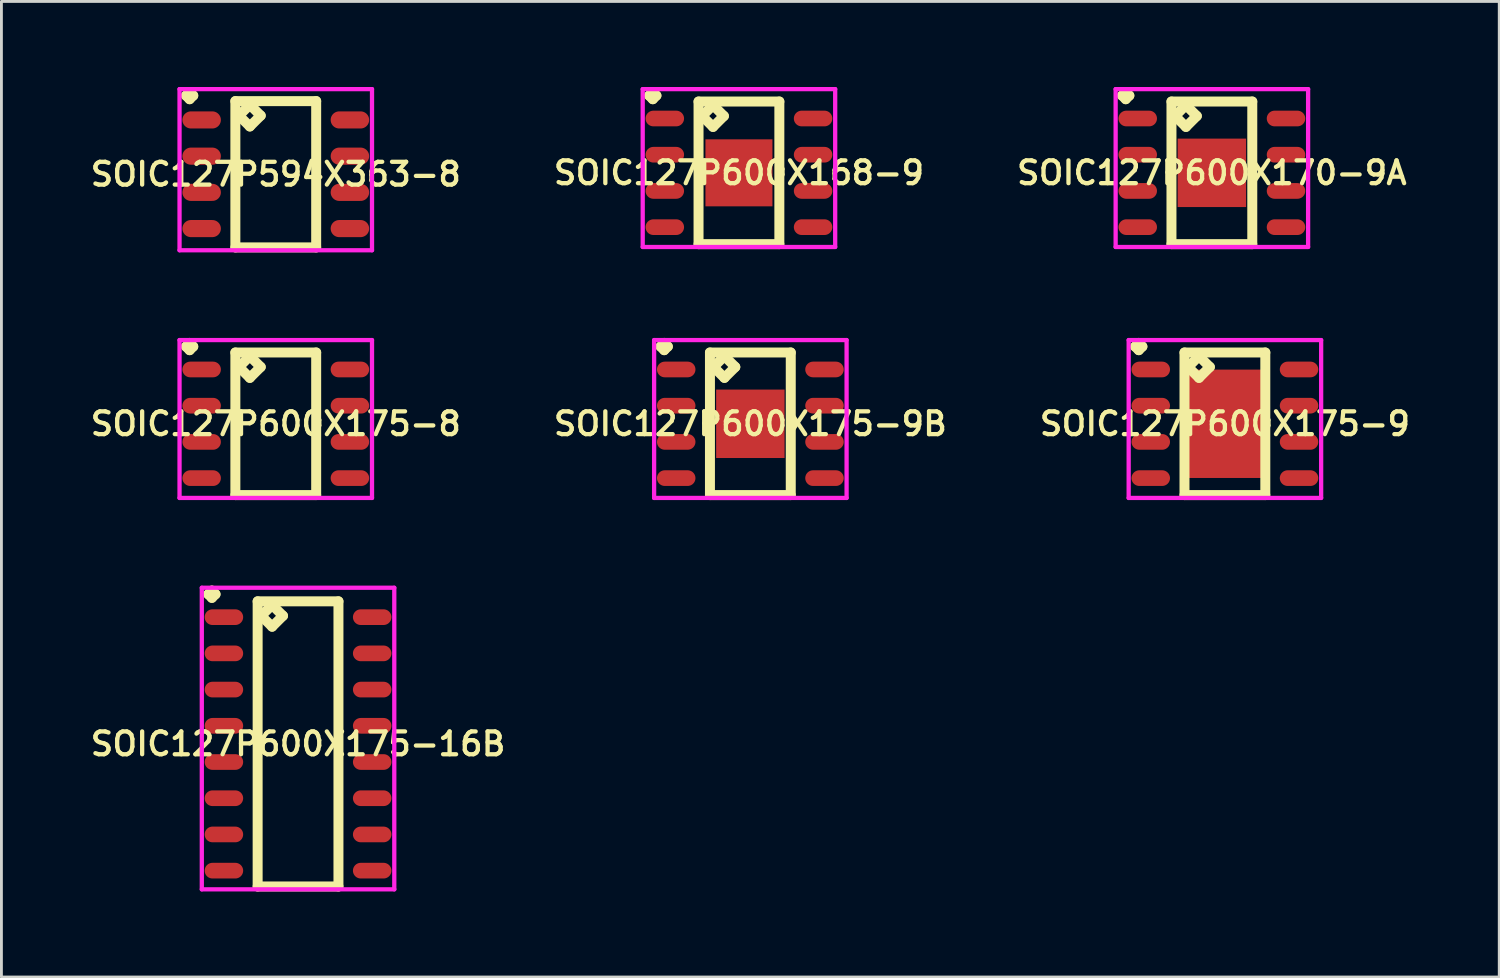
<source format=kicad_pcb>
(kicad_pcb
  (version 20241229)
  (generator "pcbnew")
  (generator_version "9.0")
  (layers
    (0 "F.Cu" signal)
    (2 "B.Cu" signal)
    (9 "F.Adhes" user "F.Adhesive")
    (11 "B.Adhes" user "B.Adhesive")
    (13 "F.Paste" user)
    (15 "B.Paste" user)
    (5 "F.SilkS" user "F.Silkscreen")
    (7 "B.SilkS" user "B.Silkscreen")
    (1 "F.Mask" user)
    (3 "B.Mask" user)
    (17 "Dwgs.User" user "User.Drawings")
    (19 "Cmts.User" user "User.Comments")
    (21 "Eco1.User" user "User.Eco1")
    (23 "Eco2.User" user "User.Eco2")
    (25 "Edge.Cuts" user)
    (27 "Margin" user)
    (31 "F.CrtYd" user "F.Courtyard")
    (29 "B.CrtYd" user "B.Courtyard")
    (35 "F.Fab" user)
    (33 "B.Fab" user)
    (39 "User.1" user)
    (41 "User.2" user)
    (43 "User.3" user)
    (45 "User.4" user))
  (footprint "SOIC127P600X175-8"
    (layer "F.Cu")
    (at 6.621 11.812)
    (property "Reference" "SOIC127P600X175-8" (at 0 0 0) (layer "F.SilkS") (effects (font (size 0.8 0.8) (thickness 0.15))))
    (attr smd)
    (fp_line (start -3.148 -2.709) (end -3.021 -2.836) (stroke (width 0.35) (type solid)) (layer "F.SilkS"))
    (fp_line (start -3.021 -2.836) (end -2.894 -2.709) (stroke (width 0.35) (type solid)) (layer "F.SilkS"))
    (fp_line (start -3.021 -2.582) (end -3.148 -2.709) (stroke (width 0.35) (type solid)) (layer "F.SilkS"))
    (fp_line (start -2.894 -2.709) (end -3.021 -2.582) (stroke (width 0.35) (type solid)) (layer "F.SilkS"))
    (fp_line (start -1.417 -2.5) (end -1.417 2.5) (stroke (width 0.35) (type solid)) (layer "F.SilkS"))
    (fp_line (start -1.417 2.5) (end 1.417 2.5) (stroke (width 0.35) (type solid)) (layer "F.SilkS"))
    (fp_line (start -1.29 -1.992) (end -0.909 -2.373) (stroke (width 0.35) (type solid)) (layer "F.SilkS"))
    (fp_line (start -0.909 -2.373) (end -0.528 -1.992) (stroke (width 0.35) (type solid)) (layer "F.SilkS"))
    (fp_line (start -0.909 -1.611) (end -1.29 -1.992) (stroke (width 0.35) (type solid)) (layer "F.SilkS"))
    (fp_line (start -0.528 -1.992) (end -0.909 -1.611) (stroke (width 0.35) (type solid)) (layer "F.SilkS"))
    (fp_line (start 1.417 -2.5) (end -1.417 -2.5) (stroke (width 0.35) (type solid)) (layer "F.SilkS"))
    (fp_line (start 1.417 2.5) (end 1.417 -2.5) (stroke (width 0.35) (type solid)) (layer "F.SilkS"))
    (fp_line (start -3.375 -2.936) (end 3.375 -2.936) (stroke (width 0.15) (type solid)) (layer "F.CrtYd"))
    (fp_line (start -3.375 2.6) (end -3.375 -2.936) (stroke (width 0.15) (type solid)) (layer "F.CrtYd"))
    (fp_line (start 3.375 -2.936) (end 3.375 2.6) (stroke (width 0.15) (type solid)) (layer "F.CrtYd"))
    (fp_line (start 3.375 2.6) (end -3.375 2.6) (stroke (width 0.15) (type solid)) (layer "F.CrtYd"))
    (pad "1" smd oval (at -2.6 -1.905) (size 1.35 0.55) (layers "F.Cu" "F.Mask" "F.Paste"))
    (pad "2" smd oval (at -2.6 -0.635) (size 1.35 0.55) (layers "F.Cu" "F.Mask" "F.Paste"))
    (pad "3" smd oval (at -2.6 0.635) (size 1.35 0.55) (layers "F.Cu" "F.Mask" "F.Paste"))
    (pad "4" smd oval (at -2.6 1.905) (size 1.35 0.55) (layers "F.Cu" "F.Mask" "F.Paste"))
    (pad "5" smd oval (at 2.6 1.905) (size 1.35 0.55) (layers "F.Cu" "F.Mask" "F.Paste"))
    (pad "6" smd oval (at 2.6 0.635) (size 1.35 0.55) (layers "F.Cu" "F.Mask" "F.Paste"))
    (pad "7" smd oval (at 2.6 -0.635) (size 1.35 0.55) (layers "F.Cu" "F.Mask" "F.Paste"))
    (pad "8" smd oval (at 2.6 -1.905) (size 1.35 0.55) (layers "F.Cu" "F.Mask" "F.Paste")))
  (footprint "SOIC127P600X175-9B"
    (layer "F.Cu")
    (at 23.264 11.812)
    (property "Reference" "SOIC127P600X175-9B" (at 0 0 0) (layer "F.SilkS") (effects (font (size 0.8 0.8) (thickness 0.15))))
    (attr smd)
    (fp_line (start -3.148 -2.709) (end -3.021 -2.836) (stroke (width 0.35) (type solid)) (layer "F.SilkS"))
    (fp_line (start -3.021 -2.836) (end -2.894 -2.709) (stroke (width 0.35) (type solid)) (layer "F.SilkS"))
    (fp_line (start -3.021 -2.582) (end -3.148 -2.709) (stroke (width 0.35) (type solid)) (layer "F.SilkS"))
    (fp_line (start -2.894 -2.709) (end -3.021 -2.582) (stroke (width 0.35) (type solid)) (layer "F.SilkS"))
    (fp_line (start -1.417 -2.5) (end -1.417 2.5) (stroke (width 0.35) (type solid)) (layer "F.SilkS"))
    (fp_line (start -1.417 2.5) (end 1.417 2.5) (stroke (width 0.35) (type solid)) (layer "F.SilkS"))
    (fp_line (start -1.29 -1.992) (end -0.909 -2.373) (stroke (width 0.35) (type solid)) (layer "F.SilkS"))
    (fp_line (start -0.909 -2.373) (end -0.528 -1.992) (stroke (width 0.35) (type solid)) (layer "F.SilkS"))
    (fp_line (start -0.909 -1.611) (end -1.29 -1.992) (stroke (width 0.35) (type solid)) (layer "F.SilkS"))
    (fp_line (start -0.528 -1.992) (end -0.909 -1.611) (stroke (width 0.35) (type solid)) (layer "F.SilkS"))
    (fp_line (start 1.417 -2.5) (end -1.417 -2.5) (stroke (width 0.35) (type solid)) (layer "F.SilkS"))
    (fp_line (start 1.417 2.5) (end 1.417 -2.5) (stroke (width 0.35) (type solid)) (layer "F.SilkS"))
    (fp_line (start -3.375 -2.936) (end 3.375 -2.936) (stroke (width 0.15) (type solid)) (layer "F.CrtYd"))
    (fp_line (start -3.375 2.6) (end -3.375 -2.936) (stroke (width 0.15) (type solid)) (layer "F.CrtYd"))
    (fp_line (start 3.375 -2.936) (end 3.375 2.6) (stroke (width 0.15) (type solid)) (layer "F.CrtYd"))
    (fp_line (start 3.375 2.6) (end -3.375 2.6) (stroke (width 0.15) (type solid)) (layer "F.CrtYd"))
    (pad "1" smd oval (at -2.6 -1.905) (size 1.35 0.55) (layers "F.Cu" "F.Mask" "F.Paste"))
    (pad "2" smd oval (at -2.6 -0.635) (size 1.35 0.55) (layers "F.Cu" "F.Mask" "F.Paste"))
    (pad "3" smd oval (at -2.6 0.635) (size 1.35 0.55) (layers "F.Cu" "F.Mask" "F.Paste"))
    (pad "4" smd oval (at -2.6 1.905) (size 1.35 0.55) (layers "F.Cu" "F.Mask" "F.Paste"))
    (pad "5" smd oval (at 2.6 1.905) (size 1.35 0.55) (layers "F.Cu" "F.Mask" "F.Paste"))
    (pad "6" smd oval (at 2.6 0.635) (size 1.35 0.55) (layers "F.Cu" "F.Mask" "F.Paste"))
    (pad "7" smd oval (at 2.6 -0.635) (size 1.35 0.55) (layers "F.Cu" "F.Mask" "F.Paste"))
    (pad "8" smd oval (at 2.6 -1.905) (size 1.35 0.55) (layers "F.Cu" "F.Mask" "F.Paste"))
    (pad "9" smd rect (at 0 0) (size 2.4 2.4) (layers "F.Cu" "F.Mask" "F.Paste")))
  (footprint "SOIC127P600X175-9"
    (layer "F.Cu")
    (at 39.906 11.812)
    (property "Reference" "SOIC127P600X175-9" (at 0 0 0) (layer "F.SilkS") (effects (font (size 0.8 0.8) (thickness 0.15))))
    (attr smd)
    (fp_line (start -3.148 -2.709) (end -3.021 -2.836) (stroke (width 0.35) (type solid)) (layer "F.SilkS"))
    (fp_line (start -3.021 -2.836) (end -2.894 -2.709) (stroke (width 0.35) (type solid)) (layer "F.SilkS"))
    (fp_line (start -3.021 -2.582) (end -3.148 -2.709) (stroke (width 0.35) (type solid)) (layer "F.SilkS"))
    (fp_line (start -2.894 -2.709) (end -3.021 -2.582) (stroke (width 0.35) (type solid)) (layer "F.SilkS"))
    (fp_line (start -1.417 -2.5) (end -1.417 2.5) (stroke (width 0.35) (type solid)) (layer "F.SilkS"))
    (fp_line (start -1.417 2.5) (end 1.417 2.5) (stroke (width 0.35) (type solid)) (layer "F.SilkS"))
    (fp_line (start -1.29 -1.992) (end -0.909 -2.373) (stroke (width 0.35) (type solid)) (layer "F.SilkS"))
    (fp_line (start -0.909 -2.373) (end -0.528 -1.992) (stroke (width 0.35) (type solid)) (layer "F.SilkS"))
    (fp_line (start -0.909 -1.611) (end -1.29 -1.992) (stroke (width 0.35) (type solid)) (layer "F.SilkS"))
    (fp_line (start -0.528 -1.992) (end -0.909 -1.611) (stroke (width 0.35) (type solid)) (layer "F.SilkS"))
    (fp_line (start 1.417 -2.5) (end -1.417 -2.5) (stroke (width 0.35) (type solid)) (layer "F.SilkS"))
    (fp_line (start 1.417 2.5) (end 1.417 -2.5) (stroke (width 0.35) (type solid)) (layer "F.SilkS"))
    (fp_line (start -3.375 -2.936) (end 3.375 -2.936) (stroke (width 0.15) (type solid)) (layer "F.CrtYd"))
    (fp_line (start -3.375 2.6) (end -3.375 -2.936) (stroke (width 0.15) (type solid)) (layer "F.CrtYd"))
    (fp_line (start 3.375 -2.936) (end 3.375 2.6) (stroke (width 0.15) (type solid)) (layer "F.CrtYd"))
    (fp_line (start 3.375 2.6) (end -3.375 2.6) (stroke (width 0.15) (type solid)) (layer "F.CrtYd"))
    (pad "1" smd oval (at -2.6 -1.905) (size 1.35 0.55) (layers "F.Cu" "F.Mask" "F.Paste"))
    (pad "2" smd oval (at -2.6 -0.635) (size 1.35 0.55) (layers "F.Cu" "F.Mask" "F.Paste"))
    (pad "3" smd oval (at -2.6 0.635) (size 1.35 0.55) (layers "F.Cu" "F.Mask" "F.Paste"))
    (pad "4" smd oval (at -2.6 1.905) (size 1.35 0.55) (layers "F.Cu" "F.Mask" "F.Paste"))
    (pad "5" smd oval (at 2.6 1.905) (size 1.35 0.55) (layers "F.Cu" "F.Mask" "F.Paste"))
    (pad "6" smd oval (at 2.6 0.635) (size 1.35 0.55) (layers "F.Cu" "F.Mask" "F.Paste"))
    (pad "7" smd oval (at 2.6 -0.635) (size 1.35 0.55) (layers "F.Cu" "F.Mask" "F.Paste"))
    (pad "8" smd oval (at 2.6 -1.905) (size 1.35 0.55) (layers "F.Cu" "F.Mask" "F.Paste"))
    (pad "9" smd rect (at 0 0) (size 2.75 3.8) (layers "F.Cu" "F.Mask" "F.Paste")))
  (footprint "SOIC127P600X175-16B"
    (layer "F.Cu")
    (at 7.402 23.038)
    (property "Reference" "SOIC127P600X175-16B" (at 0 0 0) (layer "F.SilkS") (effects (font (size 0.8 0.8) (thickness 0.15))))
    (attr smd)
    (fp_line (start -3.148 -5.249) (end -3.021 -5.376) (stroke (width 0.35) (type solid)) (layer "F.SilkS"))
    (fp_line (start -3.021 -5.376) (end -2.894 -5.249) (stroke (width 0.35) (type solid)) (layer "F.SilkS"))
    (fp_line (start -3.021 -5.122) (end -3.148 -5.249) (stroke (width 0.35) (type solid)) (layer "F.SilkS"))
    (fp_line (start -2.894 -5.249) (end -3.021 -5.122) (stroke (width 0.35) (type solid)) (layer "F.SilkS"))
    (fp_line (start -1.417 -5) (end -1.417 5) (stroke (width 0.35) (type solid)) (layer "F.SilkS"))
    (fp_line (start -1.417 5) (end 1.417 5) (stroke (width 0.35) (type solid)) (layer "F.SilkS"))
    (fp_line (start -1.29 -4.492) (end -0.909 -4.873) (stroke (width 0.35) (type solid)) (layer "F.SilkS"))
    (fp_line (start -0.909 -4.873) (end -0.528 -4.492) (stroke (width 0.35) (type solid)) (layer "F.SilkS"))
    (fp_line (start -0.909 -4.111) (end -1.29 -4.492) (stroke (width 0.35) (type solid)) (layer "F.SilkS"))
    (fp_line (start -0.528 -4.492) (end -0.909 -4.111) (stroke (width 0.35) (type solid)) (layer "F.SilkS"))
    (fp_line (start 1.417 -5) (end -1.417 -5) (stroke (width 0.35) (type solid)) (layer "F.SilkS"))
    (fp_line (start 1.417 5) (end 1.417 -5) (stroke (width 0.35) (type solid)) (layer "F.SilkS"))
    (fp_line (start -3.375 -5.476) (end 3.375 -5.476) (stroke (width 0.15) (type solid)) (layer "F.CrtYd"))
    (fp_line (start -3.375 5.1) (end -3.375 -5.476) (stroke (width 0.15) (type solid)) (layer "F.CrtYd"))
    (fp_line (start 3.375 -5.476) (end 3.375 5.1) (stroke (width 0.15) (type solid)) (layer "F.CrtYd"))
    (fp_line (start 3.375 5.1) (end -3.375 5.1) (stroke (width 0.15) (type solid)) (layer "F.CrtYd"))
    (pad "1" smd oval (at -2.6 -4.445) (size 1.35 0.55) (layers "F.Cu" "F.Mask" "F.Paste"))
    (pad "2" smd oval (at -2.6 -3.175) (size 1.35 0.55) (layers "F.Cu" "F.Mask" "F.Paste"))
    (pad "3" smd oval (at -2.6 -1.905) (size 1.35 0.55) (layers "F.Cu" "F.Mask" "F.Paste"))
    (pad "4" smd oval (at -2.6 -0.635) (size 1.35 0.55) (layers "F.Cu" "F.Mask" "F.Paste"))
    (pad "5" smd oval (at -2.6 0.635) (size 1.35 0.55) (layers "F.Cu" "F.Mask" "F.Paste"))
    (pad "6" smd oval (at -2.6 1.905) (size 1.35 0.55) (layers "F.Cu" "F.Mask" "F.Paste"))
    (pad "7" smd oval (at -2.6 3.175) (size 1.35 0.55) (layers "F.Cu" "F.Mask" "F.Paste"))
    (pad "8" smd oval (at -2.6 4.445) (size 1.35 0.55) (layers "F.Cu" "F.Mask" "F.Paste"))
    (pad "9" smd oval (at 2.6 4.445) (size 1.35 0.55) (layers "F.Cu" "F.Mask" "F.Paste"))
    (pad "10" smd oval (at 2.6 3.175) (size 1.35 0.55) (layers "F.Cu" "F.Mask" "F.Paste"))
    (pad "11" smd oval (at 2.6 1.905) (size 1.35 0.55) (layers "F.Cu" "F.Mask" "F.Paste"))
    (pad "12" smd oval (at 2.6 0.635) (size 1.35 0.55) (layers "F.Cu" "F.Mask" "F.Paste"))
    (pad "13" smd oval (at 2.6 -0.635) (size 1.35 0.55) (layers "F.Cu" "F.Mask" "F.Paste"))
    (pad "14" smd oval (at 2.6 -1.905) (size 1.35 0.55) (layers "F.Cu" "F.Mask" "F.Paste"))
    (pad "15" smd oval (at 2.6 -3.175) (size 1.35 0.55) (layers "F.Cu" "F.Mask" "F.Paste"))
    (pad "16" smd oval (at 2.6 -4.445) (size 1.35 0.55) (layers "F.Cu" "F.Mask" "F.Paste")))
  (footprint "SOIC127P594X363-8"
    (layer "F.Cu")
    (at 6.621 3.061)
    (property "Reference" "SOIC127P594X363-8" (at 0 0 0) (layer "F.SilkS") (effects (font (size 0.8 0.8) (thickness 0.15))))
    (attr smd)
    (fp_line (start -3.148 -2.759) (end -3.021 -2.886) (stroke (width 0.35) (type solid)) (layer "F.SilkS"))
    (fp_line (start -3.021 -2.886) (end -2.894 -2.759) (stroke (width 0.35) (type solid)) (layer "F.SilkS"))
    (fp_line (start -3.021 -2.632) (end -3.148 -2.759) (stroke (width 0.35) (type solid)) (layer "F.SilkS"))
    (fp_line (start -2.894 -2.759) (end -3.021 -2.632) (stroke (width 0.35) (type solid)) (layer "F.SilkS"))
    (fp_line (start -1.417 -2.565) (end -1.417 2.565) (stroke (width 0.35) (type solid)) (layer "F.SilkS"))
    (fp_line (start -1.417 2.565) (end 1.417 2.565) (stroke (width 0.35) (type solid)) (layer "F.SilkS"))
    (fp_line (start -1.29 -2.057) (end -0.909 -2.438) (stroke (width 0.35) (type solid)) (layer "F.SilkS"))
    (fp_line (start -0.909 -2.438) (end -0.528 -2.057) (stroke (width 0.35) (type solid)) (layer "F.SilkS"))
    (fp_line (start -0.909 -1.676) (end -1.29 -2.057) (stroke (width 0.35) (type solid)) (layer "F.SilkS"))
    (fp_line (start -0.528 -2.057) (end -0.909 -1.676) (stroke (width 0.35) (type solid)) (layer "F.SilkS"))
    (fp_line (start 1.417 -2.565) (end -1.417 -2.565) (stroke (width 0.35) (type solid)) (layer "F.SilkS"))
    (fp_line (start 1.417 2.565) (end 1.417 -2.565) (stroke (width 0.35) (type solid)) (layer "F.SilkS"))
    (fp_line (start -3.375 -2.986) (end 3.375 -2.986) (stroke (width 0.15) (type solid)) (layer "F.CrtYd"))
    (fp_line (start -3.375 2.665) (end -3.375 -2.986) (stroke (width 0.15) (type solid)) (layer "F.CrtYd"))
    (fp_line (start 3.375 -2.986) (end 3.375 2.665) (stroke (width 0.15) (type solid)) (layer "F.CrtYd"))
    (fp_line (start 3.375 2.665) (end -3.375 2.665) (stroke (width 0.15) (type solid)) (layer "F.CrtYd"))
    (pad "1" smd oval (at -2.6 -1.905) (size 1.35 0.6) (layers "F.Cu" "F.Mask" "F.Paste"))
    (pad "2" smd oval (at -2.6 -0.635) (size 1.35 0.6) (layers "F.Cu" "F.Mask" "F.Paste"))
    (pad "3" smd oval (at -2.6 0.635) (size 1.35 0.6) (layers "F.Cu" "F.Mask" "F.Paste"))
    (pad "4" smd oval (at -2.6 1.905) (size 1.35 0.6) (layers "F.Cu" "F.Mask" "F.Paste"))
    (pad "5" smd oval (at 2.6 1.905) (size 1.35 0.6) (layers "F.Cu" "F.Mask" "F.Paste"))
    (pad "6" smd oval (at 2.6 0.635) (size 1.35 0.6) (layers "F.Cu" "F.Mask" "F.Paste"))
    (pad "7" smd oval (at 2.6 -0.635) (size 1.35 0.6) (layers "F.Cu" "F.Mask" "F.Paste"))
    (pad "8" smd oval (at 2.6 -1.905) (size 1.35 0.6) (layers "F.Cu" "F.Mask" "F.Paste")))
  (footprint "SOIC127P600X170-9A"
    (layer "F.Cu")
    (at 39.449 3.011)
    (property "Reference" "SOIC127P600X170-9A" (at 0 0 0) (layer "F.SilkS") (effects (font (size 0.8 0.8) (thickness 0.15))))
    (attr smd)
    (fp_line (start -3.148 -2.709) (end -3.021 -2.836) (stroke (width 0.35) (type solid)) (layer "F.SilkS"))
    (fp_line (start -3.021 -2.836) (end -2.894 -2.709) (stroke (width 0.35) (type solid)) (layer "F.SilkS"))
    (fp_line (start -3.021 -2.582) (end -3.148 -2.709) (stroke (width 0.35) (type solid)) (layer "F.SilkS"))
    (fp_line (start -2.894 -2.709) (end -3.021 -2.582) (stroke (width 0.35) (type solid)) (layer "F.SilkS"))
    (fp_line (start -1.417 -2.5) (end -1.417 2.5) (stroke (width 0.35) (type solid)) (layer "F.SilkS"))
    (fp_line (start -1.417 2.5) (end 1.417 2.5) (stroke (width 0.35) (type solid)) (layer "F.SilkS"))
    (fp_line (start -1.29 -1.992) (end -0.909 -2.373) (stroke (width 0.35) (type solid)) (layer "F.SilkS"))
    (fp_line (start -0.909 -2.373) (end -0.528 -1.992) (stroke (width 0.35) (type solid)) (layer "F.SilkS"))
    (fp_line (start -0.909 -1.611) (end -1.29 -1.992) (stroke (width 0.35) (type solid)) (layer "F.SilkS"))
    (fp_line (start -0.528 -1.992) (end -0.909 -1.611) (stroke (width 0.35) (type solid)) (layer "F.SilkS"))
    (fp_line (start 1.417 -2.5) (end -1.417 -2.5) (stroke (width 0.35) (type solid)) (layer "F.SilkS"))
    (fp_line (start 1.417 2.5) (end 1.417 -2.5) (stroke (width 0.35) (type solid)) (layer "F.SilkS"))
    (fp_line (start -3.375 -2.936) (end 3.375 -2.936) (stroke (width 0.15) (type solid)) (layer "F.CrtYd"))
    (fp_line (start -3.375 2.6) (end -3.375 -2.936) (stroke (width 0.15) (type solid)) (layer "F.CrtYd"))
    (fp_line (start 3.375 -2.936) (end 3.375 2.6) (stroke (width 0.15) (type solid)) (layer "F.CrtYd"))
    (fp_line (start 3.375 2.6) (end -3.375 2.6) (stroke (width 0.15) (type solid)) (layer "F.CrtYd"))
    (pad "1" smd oval (at -2.6 -1.905) (size 1.35 0.55) (layers "F.Cu" "F.Mask" "F.Paste"))
    (pad "2" smd oval (at -2.6 -0.635) (size 1.35 0.55) (layers "F.Cu" "F.Mask" "F.Paste"))
    (pad "3" smd oval (at -2.6 0.635) (size 1.35 0.55) (layers "F.Cu" "F.Mask" "F.Paste"))
    (pad "4" smd oval (at -2.6 1.905) (size 1.35 0.55) (layers "F.Cu" "F.Mask" "F.Paste"))
    (pad "5" smd oval (at 2.6 1.905) (size 1.35 0.55) (layers "F.Cu" "F.Mask" "F.Paste"))
    (pad "6" smd oval (at 2.6 0.635) (size 1.35 0.55) (layers "F.Cu" "F.Mask" "F.Paste"))
    (pad "7" smd oval (at 2.6 -0.635) (size 1.35 0.55) (layers "F.Cu" "F.Mask" "F.Paste"))
    (pad "8" smd oval (at 2.6 -1.905) (size 1.35 0.55) (layers "F.Cu" "F.Mask" "F.Paste"))
    (pad "9" smd rect (at 0 0) (size 2.4 2.4) (layers "F.Cu" "F.Mask" "F.Paste")))
  (footprint "SOIC127P600X168-9"
    (layer "F.Cu")
    (at 22.864 3.011)
    (property "Reference" "SOIC127P600X168-9" (at 0 0 0) (layer "F.SilkS") (effects (font (size 0.8 0.8) (thickness 0.15))))
    (attr smd)
    (fp_line (start -3.148 -2.709) (end -3.021 -2.836) (stroke (width 0.35) (type solid)) (layer "F.SilkS"))
    (fp_line (start -3.021 -2.836) (end -2.894 -2.709) (stroke (width 0.35) (type solid)) (layer "F.SilkS"))
    (fp_line (start -3.021 -2.582) (end -3.148 -2.709) (stroke (width 0.35) (type solid)) (layer "F.SilkS"))
    (fp_line (start -2.894 -2.709) (end -3.021 -2.582) (stroke (width 0.35) (type solid)) (layer "F.SilkS"))
    (fp_line (start -1.417 -2.5) (end -1.417 2.5) (stroke (width 0.35) (type solid)) (layer "F.SilkS"))
    (fp_line (start -1.417 2.5) (end 1.417 2.5) (stroke (width 0.35) (type solid)) (layer "F.SilkS"))
    (fp_line (start -1.29 -1.992) (end -0.909 -2.373) (stroke (width 0.35) (type solid)) (layer "F.SilkS"))
    (fp_line (start -0.909 -2.373) (end -0.528 -1.992) (stroke (width 0.35) (type solid)) (layer "F.SilkS"))
    (fp_line (start -0.909 -1.611) (end -1.29 -1.992) (stroke (width 0.35) (type solid)) (layer "F.SilkS"))
    (fp_line (start -0.528 -1.992) (end -0.909 -1.611) (stroke (width 0.35) (type solid)) (layer "F.SilkS"))
    (fp_line (start 1.417 -2.5) (end -1.417 -2.5) (stroke (width 0.35) (type solid)) (layer "F.SilkS"))
    (fp_line (start 1.417 2.5) (end 1.417 -2.5) (stroke (width 0.35) (type solid)) (layer "F.SilkS"))
    (fp_line (start -3.375 -2.936) (end 3.375 -2.936) (stroke (width 0.15) (type solid)) (layer "F.CrtYd"))
    (fp_line (start -3.375 2.6) (end -3.375 -2.936) (stroke (width 0.15) (type solid)) (layer "F.CrtYd"))
    (fp_line (start 3.375 -2.936) (end 3.375 2.6) (stroke (width 0.15) (type solid)) (layer "F.CrtYd"))
    (fp_line (start 3.375 2.6) (end -3.375 2.6) (stroke (width 0.15) (type solid)) (layer "F.CrtYd"))
    (pad "1" smd oval (at -2.6 -1.905) (size 1.35 0.55) (layers "F.Cu" "F.Mask" "F.Paste"))
    (pad "2" smd oval (at -2.6 -0.635) (size 1.35 0.55) (layers "F.Cu" "F.Mask" "F.Paste"))
    (pad "3" smd oval (at -2.6 0.635) (size 1.35 0.55) (layers "F.Cu" "F.Mask" "F.Paste"))
    (pad "4" smd oval (at -2.6 1.905) (size 1.35 0.55) (layers "F.Cu" "F.Mask" "F.Paste"))
    (pad "5" smd oval (at 2.6 1.905) (size 1.35 0.55) (layers "F.Cu" "F.Mask" "F.Paste"))
    (pad "6" smd oval (at 2.6 0.635) (size 1.35 0.55) (layers "F.Cu" "F.Mask" "F.Paste"))
    (pad "7" smd oval (at 2.6 -0.635) (size 1.35 0.55) (layers "F.Cu" "F.Mask" "F.Paste"))
    (pad "8" smd oval (at 2.6 -1.905) (size 1.35 0.55) (layers "F.Cu" "F.Mask" "F.Paste"))
    (pad "9" smd rect (at 0 0) (size 2.35 2.35) (layers "F.Cu" "F.Mask" "F.Paste")))
  (gr_rect
    (start -3 -3)
    (end 49.527 31.213)
    (stroke (width 0.1) (type default))
    (fill no)
    (layer "Edge.Cuts")))
</source>
